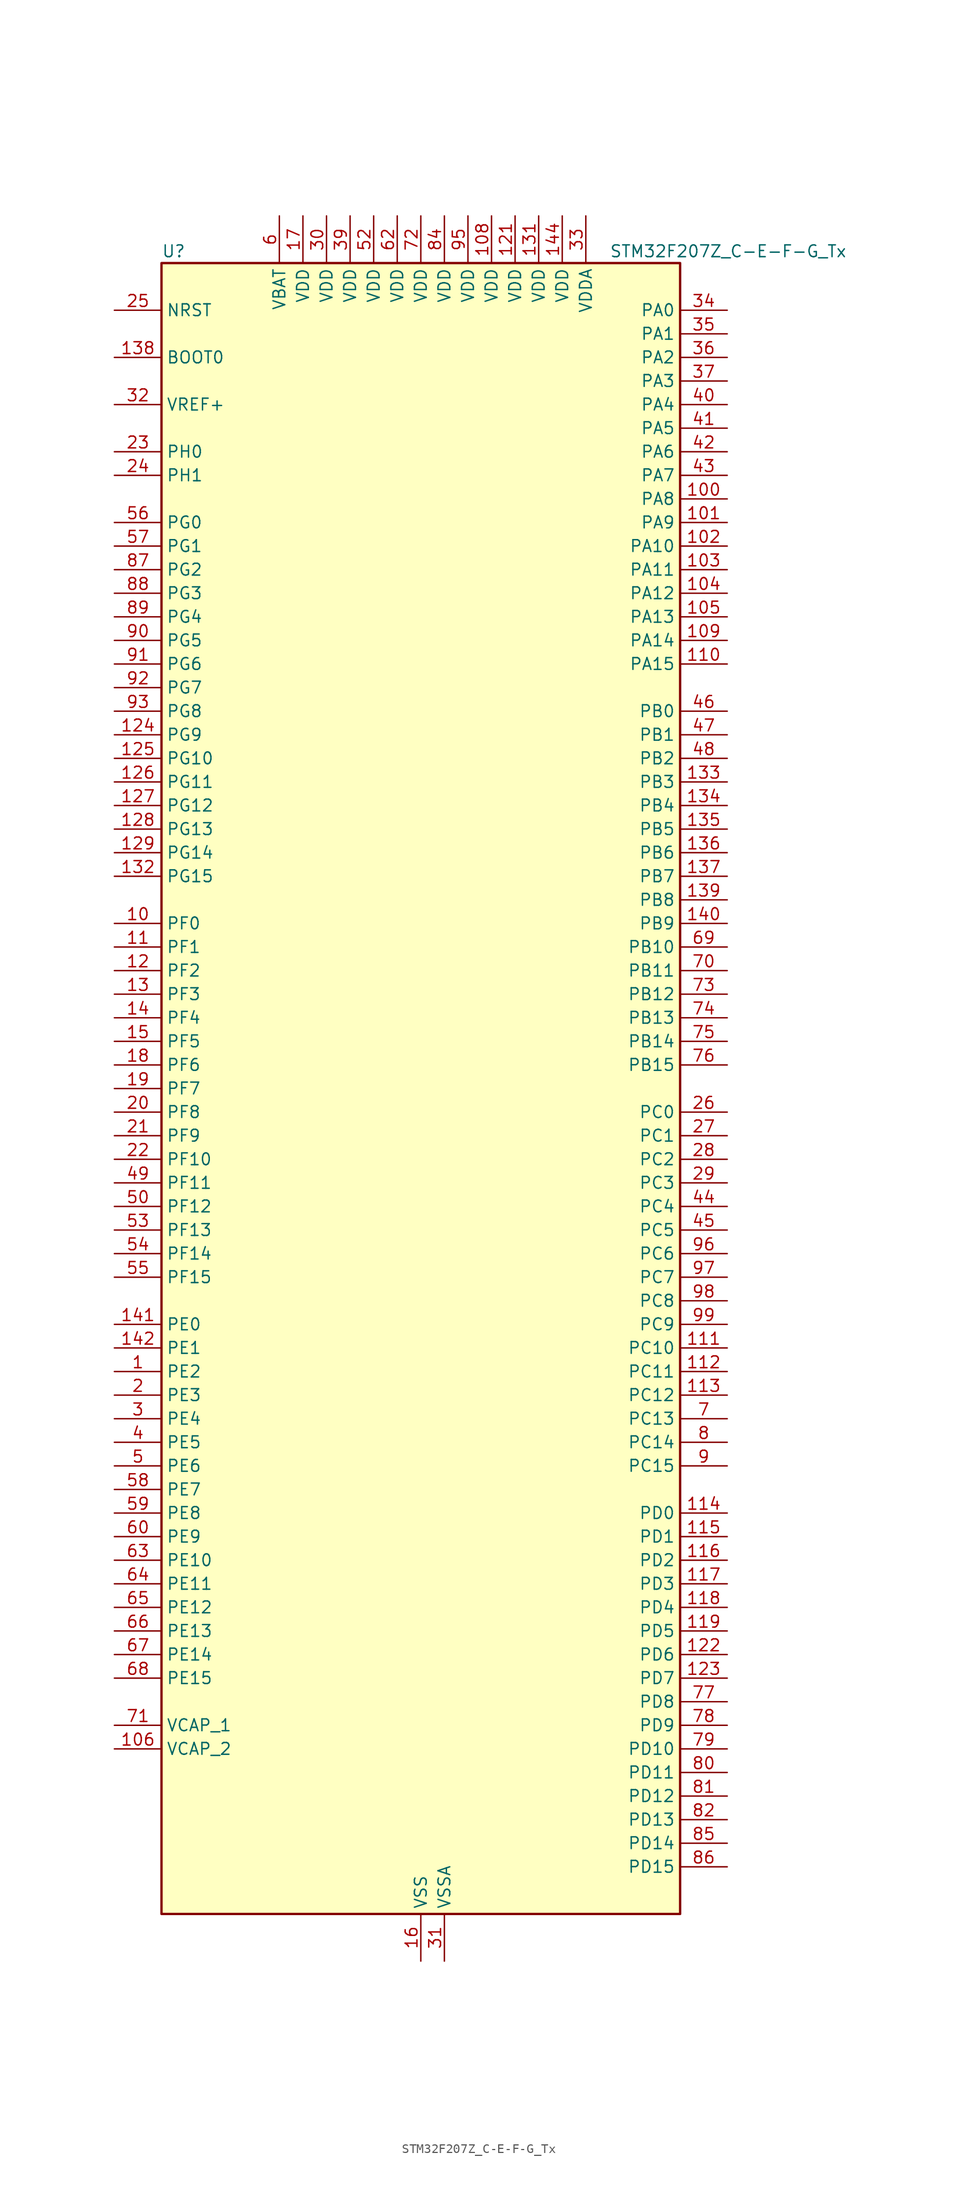
<source format=kicad_sym>
(kicad_symbol_lib
  (version 20241209)
  (generator "kicad_symbol_editor")
  (generator_version "9.0")
  (symbol "STM32F207Z_C-E-F-G_Tx"
    (property "Reference" "U"
      (at -27.94 90.17 0)
      (effects (font (size 1.27 1.27)) (justify left)))
    (property "Value" "STM32F207Z_C-E-F-G_Tx"
      (at 20.32 90.17 0)
      (effects (font (size 1.27 1.27)) (justify left)))
    (symbol "STM32F207Z_C-E-F-G_Tx_0_1"
      (rectangle (start -27.94 -88.9) (end 27.94 88.9) (stroke (width 0.254) (type default)) (fill (type background))))
    (symbol "STM32F207Z_C-E-F-G_Tx_1_1"
      (pin input line (at -33.02 83.82 0) (length 5.08) (name "NRST" (effects (font (size 1.27 1.27)))) (number "25" (effects (font (size 1.27 1.27)))))
      (pin input line (at -33.02 78.74 0) (length 5.08) (name "BOOT0" (effects (font (size 1.27 1.27)))) (number "138" (effects (font (size 1.27 1.27)))))
      (pin input line (at -33.02 73.66 0) (length 5.08) (name "VREF+" (effects (font (size 1.27 1.27)))) (number "32" (effects (font (size 1.27 1.27)))))
      (pin bidirectional line (at -33.02 68.58 0) (length 5.08) (name "PH0" (effects (font (size 1.27 1.27)))) (number "23" (effects (font (size 1.27 1.27)))) (alternate "RCC_OSC_IN" bidirectional line))
      (pin bidirectional line (at -33.02 66.04 0) (length 5.08) (name "PH1" (effects (font (size 1.27 1.27)))) (number "24" (effects (font (size 1.27 1.27)))) (alternate "RCC_OSC_OUT" bidirectional line))
      (pin bidirectional line (at -33.02 60.96 0) (length 5.08) (name "PG0" (effects (font (size 1.27 1.27)))) (number "56" (effects (font (size 1.27 1.27)))) (alternate "FSMC_A10" bidirectional line))
      (pin bidirectional line (at -33.02 58.42 0) (length 5.08) (name "PG1" (effects (font (size 1.27 1.27)))) (number "57" (effects (font (size 1.27 1.27)))) (alternate "FSMC_A11" bidirectional line))
      (pin bidirectional line (at -33.02 55.88 0) (length 5.08) (name "PG2" (effects (font (size 1.27 1.27)))) (number "87" (effects (font (size 1.27 1.27)))) (alternate "FSMC_A12" bidirectional line))
      (pin bidirectional line (at -33.02 53.34 0) (length 5.08) (name "PG3" (effects (font (size 1.27 1.27)))) (number "88" (effects (font (size 1.27 1.27)))) (alternate "FSMC_A13" bidirectional line))
      (pin bidirectional line (at -33.02 50.8 0) (length 5.08) (name "PG4" (effects (font (size 1.27 1.27)))) (number "89" (effects (font (size 1.27 1.27)))) (alternate "FSMC_A14" bidirectional line))
      (pin bidirectional line (at -33.02 48.26 0) (length 5.08) (name "PG5" (effects (font (size 1.27 1.27)))) (number "90" (effects (font (size 1.27 1.27)))) (alternate "FSMC_A15" bidirectional line))
      (pin bidirectional line (at -33.02 45.72 0) (length 5.08) (name "PG6" (effects (font (size 1.27 1.27)))) (number "91" (effects (font (size 1.27 1.27)))) (alternate "FSMC_INT2" bidirectional line))
      (pin bidirectional line (at -33.02 43.18 0) (length 5.08) (name "PG7" (effects (font (size 1.27 1.27)))) (number "92" (effects (font (size 1.27 1.27)))) (alternate "FSMC_INT3" bidirectional line) (alternate "USART6_CK" bidirectional line))
      (pin bidirectional line (at -33.02 40.64 0) (length 5.08) (name "PG8" (effects (font (size 1.27 1.27)))) (number "93" (effects (font (size 1.27 1.27)))) (alternate "ETH_PPS_OUT" bidirectional line) (alternate "USART6_RTS" bidirectional line))
      (pin bidirectional line (at -33.02 38.1 0) (length 5.08) (name "PG9" (effects (font (size 1.27 1.27)))) (number "124" (effects (font (size 1.27 1.27)))) (alternate "DAC_EXTI9" bidirectional line) (alternate "FSMC_NCE3" bidirectional line) (alternate "FSMC_NE2" bidirectional line) (alternate "USART6_RX" bidirectional line))
      (pin bidirectional line (at -33.02 35.56 0) (length 5.08) (name "PG10" (effects (font (size 1.27 1.27)))) (number "125" (effects (font (size 1.27 1.27)))) (alternate "FSMC_NCE4_1" bidirectional line) (alternate "FSMC_NE3" bidirectional line))
      (pin bidirectional line (at -33.02 33.02 0) (length 5.08) (name "PG11" (effects (font (size 1.27 1.27)))) (number "126" (effects (font (size 1.27 1.27)))) (alternate "ADC1_EXTI11" bidirectional line) (alternate "ADC2_EXTI11" bidirectional line) (alternate "ADC3_EXTI11" bidirectional line) (alternate "ETH_TX_EN" bidirectional line) (alternate "FSMC_NCE4_2" bidirectional line))
      (pin bidirectional line (at -33.02 30.48 0) (length 5.08) (name "PG12" (effects (font (size 1.27 1.27)))) (number "127" (effects (font (size 1.27 1.27)))) (alternate "FSMC_NE4" bidirectional line) (alternate "USART6_RTS" bidirectional line))
      (pin bidirectional line (at -33.02 27.94 0) (length 5.08) (name "PG13" (effects (font (size 1.27 1.27)))) (number "128" (effects (font (size 1.27 1.27)))) (alternate "ETH_TXD0" bidirectional line) (alternate "FSMC_A24" bidirectional line) (alternate "USART6_CTS" bidirectional line))
      (pin bidirectional line (at -33.02 25.4 0) (length 5.08) (name "PG14" (effects (font (size 1.27 1.27)))) (number "129" (effects (font (size 1.27 1.27)))) (alternate "ETH_TXD1" bidirectional line) (alternate "FSMC_A25" bidirectional line) (alternate "USART6_TX" bidirectional line))
      (pin bidirectional line (at -33.02 22.86 0) (length 5.08) (name "PG15" (effects (font (size 1.27 1.27)))) (number "132" (effects (font (size 1.27 1.27)))) (alternate "ADC1_EXTI15" bidirectional line) (alternate "ADC2_EXTI15" bidirectional line) (alternate "ADC3_EXTI15" bidirectional line) (alternate "DCMI_D13" bidirectional line) (alternate "USART6_CTS" bidirectional line))
      (pin bidirectional line (at -33.02 17.78 0) (length 5.08) (name "PF0" (effects (font (size 1.27 1.27)))) (number "10" (effects (font (size 1.27 1.27)))) (alternate "FSMC_A0" bidirectional line) (alternate "I2C2_SDA" bidirectional line))
      (pin bidirectional line (at -33.02 15.24 0) (length 5.08) (name "PF1" (effects (font (size 1.27 1.27)))) (number "11" (effects (font (size 1.27 1.27)))) (alternate "FSMC_A1" bidirectional line) (alternate "I2C2_SCL" bidirectional line))
      (pin bidirectional line (at -33.02 12.7 0) (length 5.08) (name "PF2" (effects (font (size 1.27 1.27)))) (number "12" (effects (font (size 1.27 1.27)))) (alternate "FSMC_A2" bidirectional line) (alternate "I2C2_SMBA" bidirectional line))
      (pin bidirectional line (at -33.02 10.16 0) (length 5.08) (name "PF3" (effects (font (size 1.27 1.27)))) (number "13" (effects (font (size 1.27 1.27)))) (alternate "ADC3_IN9" bidirectional line) (alternate "FSMC_A3" bidirectional line))
      (pin bidirectional line (at -33.02 7.62 0) (length 5.08) (name "PF4" (effects (font (size 1.27 1.27)))) (number "14" (effects (font (size 1.27 1.27)))) (alternate "ADC3_IN14" bidirectional line) (alternate "FSMC_A4" bidirectional line))
      (pin bidirectional line (at -33.02 5.08 0) (length 5.08) (name "PF5" (effects (font (size 1.27 1.27)))) (number "15" (effects (font (size 1.27 1.27)))) (alternate "ADC3_IN15" bidirectional line) (alternate "FSMC_A5" bidirectional line))
      (pin bidirectional line (at -33.02 2.54 0) (length 5.08) (name "PF6" (effects (font (size 1.27 1.27)))) (number "18" (effects (font (size 1.27 1.27)))) (alternate "ADC3_IN4" bidirectional line) (alternate "FSMC_NIORD" bidirectional line) (alternate "TIM10_CH1" bidirectional line))
      (pin bidirectional line (at -33.02 0 0) (length 5.08) (name "PF7" (effects (font (size 1.27 1.27)))) (number "19" (effects (font (size 1.27 1.27)))) (alternate "ADC3_IN5" bidirectional line) (alternate "FSMC_NREG" bidirectional line) (alternate "TIM11_CH1" bidirectional line))
      (pin bidirectional line (at -33.02 -2.54 0) (length 5.08) (name "PF8" (effects (font (size 1.27 1.27)))) (number "20" (effects (font (size 1.27 1.27)))) (alternate "ADC3_IN6" bidirectional line) (alternate "FSMC_NIOWR" bidirectional line) (alternate "TIM13_CH1" bidirectional line))
      (pin bidirectional line (at -33.02 -5.08 0) (length 5.08) (name "PF9" (effects (font (size 1.27 1.27)))) (number "21" (effects (font (size 1.27 1.27)))) (alternate "ADC3_IN7" bidirectional line) (alternate "DAC_EXTI9" bidirectional line) (alternate "FSMC_CD" bidirectional line) (alternate "TIM14_CH1" bidirectional line))
      (pin bidirectional line (at -33.02 -7.62 0) (length 5.08) (name "PF10" (effects (font (size 1.27 1.27)))) (number "22" (effects (font (size 1.27 1.27)))) (alternate "ADC3_IN8" bidirectional line) (alternate "FSMC_INTR" bidirectional line))
      (pin bidirectional line (at -33.02 -10.16 0) (length 5.08) (name "PF11" (effects (font (size 1.27 1.27)))) (number "49" (effects (font (size 1.27 1.27)))) (alternate "ADC1_EXTI11" bidirectional line) (alternate "ADC2_EXTI11" bidirectional line) (alternate "ADC3_EXTI11" bidirectional line) (alternate "DCMI_D12" bidirectional line))
      (pin bidirectional line (at -33.02 -12.7 0) (length 5.08) (name "PF12" (effects (font (size 1.27 1.27)))) (number "50" (effects (font (size 1.27 1.27)))) (alternate "FSMC_A6" bidirectional line))
      (pin bidirectional line (at -33.02 -15.24 0) (length 5.08) (name "PF13" (effects (font (size 1.27 1.27)))) (number "53" (effects (font (size 1.27 1.27)))) (alternate "FSMC_A7" bidirectional line))
      (pin bidirectional line (at -33.02 -17.78 0) (length 5.08) (name "PF14" (effects (font (size 1.27 1.27)))) (number "54" (effects (font (size 1.27 1.27)))) (alternate "FSMC_A8" bidirectional line))
      (pin bidirectional line (at -33.02 -20.32 0) (length 5.08) (name "PF15" (effects (font (size 1.27 1.27)))) (number "55" (effects (font (size 1.27 1.27)))) (alternate "ADC1_EXTI15" bidirectional line) (alternate "ADC2_EXTI15" bidirectional line) (alternate "ADC3_EXTI15" bidirectional line) (alternate "FSMC_A9" bidirectional line))
      (pin bidirectional line (at -33.02 -25.4 0) (length 5.08) (name "PE0" (effects (font (size 1.27 1.27)))) (number "141" (effects (font (size 1.27 1.27)))) (alternate "DCMI_D2" bidirectional line) (alternate "FSMC_NBL0" bidirectional line) (alternate "TIM4_ETR" bidirectional line))
      (pin bidirectional line (at -33.02 -27.94 0) (length 5.08) (name "PE1" (effects (font (size 1.27 1.27)))) (number "142" (effects (font (size 1.27 1.27)))) (alternate "DCMI_D3" bidirectional line) (alternate "FSMC_NBL1" bidirectional line))
      (pin bidirectional line (at -33.02 -30.48 0) (length 5.08) (name "PE2" (effects (font (size 1.27 1.27)))) (number "1" (effects (font (size 1.27 1.27)))) (alternate "ETH_TXD3" bidirectional line) (alternate "FSMC_A23" bidirectional line) (alternate "SYS_TRACECLK" bidirectional line))
      (pin bidirectional line (at -33.02 -33.02 0) (length 5.08) (name "PE3" (effects (font (size 1.27 1.27)))) (number "2" (effects (font (size 1.27 1.27)))) (alternate "FSMC_A19" bidirectional line) (alternate "SYS_TRACED0" bidirectional line))
      (pin bidirectional line (at -33.02 -35.56 0) (length 5.08) (name "PE4" (effects (font (size 1.27 1.27)))) (number "3" (effects (font (size 1.27 1.27)))) (alternate "DCMI_D4" bidirectional line) (alternate "FSMC_A20" bidirectional line) (alternate "SYS_TRACED1" bidirectional line))
      (pin bidirectional line (at -33.02 -38.1 0) (length 5.08) (name "PE5" (effects (font (size 1.27 1.27)))) (number "4" (effects (font (size 1.27 1.27)))) (alternate "DCMI_D6" bidirectional line) (alternate "FSMC_A21" bidirectional line) (alternate "SYS_TRACED2" bidirectional line) (alternate "TIM9_CH1" bidirectional line))
      (pin bidirectional line (at -33.02 -40.64 0) (length 5.08) (name "PE6" (effects (font (size 1.27 1.27)))) (number "5" (effects (font (size 1.27 1.27)))) (alternate "DCMI_D7" bidirectional line) (alternate "FSMC_A22" bidirectional line) (alternate "SYS_TRACED3" bidirectional line) (alternate "TIM9_CH2" bidirectional line))
      (pin bidirectional line (at -33.02 -43.18 0) (length 5.08) (name "PE7" (effects (font (size 1.27 1.27)))) (number "58" (effects (font (size 1.27 1.27)))) (alternate "FSMC_D4" bidirectional line) (alternate "FSMC_DA4" bidirectional line) (alternate "TIM1_ETR" bidirectional line))
      (pin bidirectional line (at -33.02 -45.72 0) (length 5.08) (name "PE8" (effects (font (size 1.27 1.27)))) (number "59" (effects (font (size 1.27 1.27)))) (alternate "FSMC_D5" bidirectional line) (alternate "FSMC_DA5" bidirectional line) (alternate "TIM1_CH1N" bidirectional line))
      (pin bidirectional line (at -33.02 -48.26 0) (length 5.08) (name "PE9" (effects (font (size 1.27 1.27)))) (number "60" (effects (font (size 1.27 1.27)))) (alternate "DAC_EXTI9" bidirectional line) (alternate "FSMC_D6" bidirectional line) (alternate "FSMC_DA6" bidirectional line) (alternate "TIM1_CH1" bidirectional line))
      (pin bidirectional line (at -33.02 -50.8 0) (length 5.08) (name "PE10" (effects (font (size 1.27 1.27)))) (number "63" (effects (font (size 1.27 1.27)))) (alternate "FSMC_D7" bidirectional line) (alternate "FSMC_DA7" bidirectional line) (alternate "TIM1_CH2N" bidirectional line))
      (pin bidirectional line (at -33.02 -53.34 0) (length 5.08) (name "PE11" (effects (font (size 1.27 1.27)))) (number "64" (effects (font (size 1.27 1.27)))) (alternate "ADC1_EXTI11" bidirectional line) (alternate "ADC2_EXTI11" bidirectional line) (alternate "ADC3_EXTI11" bidirectional line) (alternate "FSMC_D8" bidirectional line) (alternate "FSMC_DA8" bidirectional line) (alternate "TIM1_CH2" bidirectional line))
      (pin bidirectional line (at -33.02 -55.88 0) (length 5.08) (name "PE12" (effects (font (size 1.27 1.27)))) (number "65" (effects (font (size 1.27 1.27)))) (alternate "FSMC_D9" bidirectional line) (alternate "FSMC_DA9" bidirectional line) (alternate "TIM1_CH3N" bidirectional line))
      (pin bidirectional line (at -33.02 -58.42 0) (length 5.08) (name "PE13" (effects (font (size 1.27 1.27)))) (number "66" (effects (font (size 1.27 1.27)))) (alternate "FSMC_D10" bidirectional line) (alternate "FSMC_DA10" bidirectional line) (alternate "TIM1_CH3" bidirectional line))
      (pin bidirectional line (at -33.02 -60.96 0) (length 5.08) (name "PE14" (effects (font (size 1.27 1.27)))) (number "67" (effects (font (size 1.27 1.27)))) (alternate "FSMC_D11" bidirectional line) (alternate "FSMC_DA11" bidirectional line) (alternate "TIM1_CH4" bidirectional line))
      (pin bidirectional line (at -33.02 -63.5 0) (length 5.08) (name "PE15" (effects (font (size 1.27 1.27)))) (number "68" (effects (font (size 1.27 1.27)))) (alternate "ADC1_EXTI15" bidirectional line) (alternate "ADC2_EXTI15" bidirectional line) (alternate "ADC3_EXTI15" bidirectional line) (alternate "FSMC_D12" bidirectional line) (alternate "FSMC_DA12" bidirectional line) (alternate "TIM1_BKIN" bidirectional line))
      (pin power_out line (at -33.02 -68.58 0) (length 5.08) (name "VCAP_1" (effects (font (size 1.27 1.27)))) (number "71" (effects (font (size 1.27 1.27)))))
      (pin power_out line (at -33.02 -71.12 0) (length 5.08) (name "VCAP_2" (effects (font (size 1.27 1.27)))) (number "106" (effects (font (size 1.27 1.27)))))
      (pin no_connect line (at -27.94 -88.9 0) (length 5.08) (hide yes) (name "RFU" (effects (font (size 1.27 1.27)))) (number "143" (effects (font (size 1.27 1.27)))))
      (pin power_in line (at -15.24 93.98 270) (length 5.08) (name "VBAT" (effects (font (size 1.27 1.27)))) (number "6" (effects (font (size 1.27 1.27)))))
      (pin power_in line (at -12.7 93.98 270) (length 5.08) (name "VDD" (effects (font (size 1.27 1.27)))) (number "17" (effects (font (size 1.27 1.27)))))
      (pin power_in line (at -10.16 93.98 270) (length 5.08) (name "VDD" (effects (font (size 1.27 1.27)))) (number "30" (effects (font (size 1.27 1.27)))))
      (pin power_in line (at -7.62 93.98 270) (length 5.08) (name "VDD" (effects (font (size 1.27 1.27)))) (number "39" (effects (font (size 1.27 1.27)))))
      (pin power_in line (at -5.08 93.98 270) (length 5.08) (name "VDD" (effects (font (size 1.27 1.27)))) (number "52" (effects (font (size 1.27 1.27)))))
      (pin power_in line (at -2.54 93.98 270) (length 5.08) (name "VDD" (effects (font (size 1.27 1.27)))) (number "62" (effects (font (size 1.27 1.27)))))
      (pin power_in line (at 0 93.98 270) (length 5.08) (name "VDD" (effects (font (size 1.27 1.27)))) (number "72" (effects (font (size 1.27 1.27)))))
      (pin passive line (at 0 -93.98 90) (length 5.08) (hide yes) (name "VSS" (effects (font (size 1.27 1.27)))) (number "107" (effects (font (size 1.27 1.27)))))
      (pin passive line (at 0 -93.98 90) (length 5.08) (hide yes) (name "VSS" (effects (font (size 1.27 1.27)))) (number "120" (effects (font (size 1.27 1.27)))))
      (pin passive line (at 0 -93.98 90) (length 5.08) (hide yes) (name "VSS" (effects (font (size 1.27 1.27)))) (number "130" (effects (font (size 1.27 1.27)))))
      (pin power_in line (at 0 -93.98 90) (length 5.08) (name "VSS" (effects (font (size 1.27 1.27)))) (number "16" (effects (font (size 1.27 1.27)))))
      (pin passive line (at 0 -93.98 90) (length 5.08) (hide yes) (name "VSS" (effects (font (size 1.27 1.27)))) (number "38" (effects (font (size 1.27 1.27)))))
      (pin passive line (at 0 -93.98 90) (length 5.08) (hide yes) (name "VSS" (effects (font (size 1.27 1.27)))) (number "51" (effects (font (size 1.27 1.27)))))
      (pin passive line (at 0 -93.98 90) (length 5.08) (hide yes) (name "VSS" (effects (font (size 1.27 1.27)))) (number "61" (effects (font (size 1.27 1.27)))))
      (pin passive line (at 0 -93.98 90) (length 5.08) (hide yes) (name "VSS" (effects (font (size 1.27 1.27)))) (number "83" (effects (font (size 1.27 1.27)))))
      (pin passive line (at 0 -93.98 90) (length 5.08) (hide yes) (name "VSS" (effects (font (size 1.27 1.27)))) (number "94" (effects (font (size 1.27 1.27)))))
      (pin power_in line (at 2.54 93.98 270) (length 5.08) (name "VDD" (effects (font (size 1.27 1.27)))) (number "84" (effects (font (size 1.27 1.27)))))
      (pin power_in line (at 2.54 -93.98 90) (length 5.08) (name "VSSA" (effects (font (size 1.27 1.27)))) (number "31" (effects (font (size 1.27 1.27)))))
      (pin power_in line (at 5.08 93.98 270) (length 5.08) (name "VDD" (effects (font (size 1.27 1.27)))) (number "95" (effects (font (size 1.27 1.27)))))
      (pin power_in line (at 7.62 93.98 270) (length 5.08) (name "VDD" (effects (font (size 1.27 1.27)))) (number "108" (effects (font (size 1.27 1.27)))))
      (pin power_in line (at 10.16 93.98 270) (length 5.08) (name "VDD" (effects (font (size 1.27 1.27)))) (number "121" (effects (font (size 1.27 1.27)))))
      (pin power_in line (at 12.7 93.98 270) (length 5.08) (name "VDD" (effects (font (size 1.27 1.27)))) (number "131" (effects (font (size 1.27 1.27)))))
      (pin power_in line (at 15.24 93.98 270) (length 5.08) (name "VDD" (effects (font (size 1.27 1.27)))) (number "144" (effects (font (size 1.27 1.27)))))
      (pin power_in line (at 17.78 93.98 270) (length 5.08) (name "VDDA" (effects (font (size 1.27 1.27)))) (number "33" (effects (font (size 1.27 1.27)))))
      (pin bidirectional line (at 33.02 83.82 180) (length 5.08) (name "PA0" (effects (font (size 1.27 1.27)))) (number "34" (effects (font (size 1.27 1.27)))) (alternate "ADC1_IN0" bidirectional line) (alternate "ADC2_IN0" bidirectional line) (alternate "ADC3_IN0" bidirectional line) (alternate "ETH_CRS" bidirectional line) (alternate "SYS_WKUP" bidirectional line) (alternate "TIM2_CH1" bidirectional line) (alternate "TIM2_ETR" bidirectional line) (alternate "TIM5_CH1" bidirectional line) (alternate "TIM8_ETR" bidirectional line) (alternate "UART4_TX" bidirectional line) (alternate "USART2_CTS" bidirectional line))
      (pin bidirectional line (at 33.02 81.28 180) (length 5.08) (name "PA1" (effects (font (size 1.27 1.27)))) (number "35" (effects (font (size 1.27 1.27)))) (alternate "ADC1_IN1" bidirectional line) (alternate "ADC2_IN1" bidirectional line) (alternate "ADC3_IN1" bidirectional line) (alternate "ETH_REF_CLK" bidirectional line) (alternate "ETH_RX_CLK" bidirectional line) (alternate "TIM2_CH2" bidirectional line) (alternate "TIM5_CH2" bidirectional line) (alternate "UART4_RX" bidirectional line) (alternate "USART2_RTS" bidirectional line))
      (pin bidirectional line (at 33.02 78.74 180) (length 5.08) (name "PA2" (effects (font (size 1.27 1.27)))) (number "36" (effects (font (size 1.27 1.27)))) (alternate "ADC1_IN2" bidirectional line) (alternate "ADC2_IN2" bidirectional line) (alternate "ADC3_IN2" bidirectional line) (alternate "ETH_MDIO" bidirectional line) (alternate "TIM2_CH3" bidirectional line) (alternate "TIM5_CH3" bidirectional line) (alternate "TIM9_CH1" bidirectional line) (alternate "USART2_TX" bidirectional line))
      (pin bidirectional line (at 33.02 76.2 180) (length 5.08) (name "PA3" (effects (font (size 1.27 1.27)))) (number "37" (effects (font (size 1.27 1.27)))) (alternate "ADC1_IN3" bidirectional line) (alternate "ADC2_IN3" bidirectional line) (alternate "ADC3_IN3" bidirectional line) (alternate "ETH_COL" bidirectional line) (alternate "TIM2_CH4" bidirectional line) (alternate "TIM5_CH4" bidirectional line) (alternate "TIM9_CH2" bidirectional line) (alternate "USART2_RX" bidirectional line) (alternate "USB_OTG_HS_ULPI_D0" bidirectional line))
      (pin bidirectional line (at 33.02 73.66 180) (length 5.08) (name "PA4" (effects (font (size 1.27 1.27)))) (number "40" (effects (font (size 1.27 1.27)))) (alternate "ADC1_IN4" bidirectional line) (alternate "ADC2_IN4" bidirectional line) (alternate "DAC_OUT1" bidirectional line) (alternate "DCMI_HSYNC" bidirectional line) (alternate "I2S3_WS" bidirectional line) (alternate "SPI1_NSS" bidirectional line) (alternate "SPI3_NSS" bidirectional line) (alternate "USART2_CK" bidirectional line) (alternate "USB_OTG_HS_SOF" bidirectional line))
      (pin bidirectional line (at 33.02 71.12 180) (length 5.08) (name "PA5" (effects (font (size 1.27 1.27)))) (number "41" (effects (font (size 1.27 1.27)))) (alternate "ADC1_IN5" bidirectional line) (alternate "ADC2_IN5" bidirectional line) (alternate "DAC_OUT2" bidirectional line) (alternate "SPI1_SCK" bidirectional line) (alternate "TIM2_CH1" bidirectional line) (alternate "TIM2_ETR" bidirectional line) (alternate "TIM8_CH1N" bidirectional line) (alternate "USB_OTG_HS_ULPI_CK" bidirectional line))
      (pin bidirectional line (at 33.02 68.58 180) (length 5.08) (name "PA6" (effects (font (size 1.27 1.27)))) (number "42" (effects (font (size 1.27 1.27)))) (alternate "ADC1_IN6" bidirectional line) (alternate "ADC2_IN6" bidirectional line) (alternate "DCMI_PIXCLK" bidirectional line) (alternate "SPI1_MISO" bidirectional line) (alternate "TIM13_CH1" bidirectional line) (alternate "TIM1_BKIN" bidirectional line) (alternate "TIM3_CH1" bidirectional line) (alternate "TIM8_BKIN" bidirectional line))
      (pin bidirectional line (at 33.02 66.04 180) (length 5.08) (name "PA7" (effects (font (size 1.27 1.27)))) (number "43" (effects (font (size 1.27 1.27)))) (alternate "ADC1_IN7" bidirectional line) (alternate "ADC2_IN7" bidirectional line) (alternate "ETH_CRS_DV" bidirectional line) (alternate "ETH_RX_DV" bidirectional line) (alternate "SPI1_MOSI" bidirectional line) (alternate "TIM14_CH1" bidirectional line) (alternate "TIM1_CH1N" bidirectional line) (alternate "TIM3_CH2" bidirectional line) (alternate "TIM8_CH1N" bidirectional line))
      (pin bidirectional line (at 33.02 63.5 180) (length 5.08) (name "PA8" (effects (font (size 1.27 1.27)))) (number "100" (effects (font (size 1.27 1.27)))) (alternate "I2C3_SCL" bidirectional line) (alternate "RCC_MCO_1" bidirectional line) (alternate "TIM1_CH1" bidirectional line) (alternate "USART1_CK" bidirectional line) (alternate "USB_OTG_FS_SOF" bidirectional line))
      (pin bidirectional line (at 33.02 60.96 180) (length 5.08) (name "PA9" (effects (font (size 1.27 1.27)))) (number "101" (effects (font (size 1.27 1.27)))) (alternate "DAC_EXTI9" bidirectional line) (alternate "DCMI_D0" bidirectional line) (alternate "I2C3_SMBA" bidirectional line) (alternate "TIM1_CH2" bidirectional line) (alternate "USART1_TX" bidirectional line) (alternate "USB_OTG_FS_VBUS" bidirectional line))
      (pin bidirectional line (at 33.02 58.42 180) (length 5.08) (name "PA10" (effects (font (size 1.27 1.27)))) (number "102" (effects (font (size 1.27 1.27)))) (alternate "DCMI_D1" bidirectional line) (alternate "TIM1_CH3" bidirectional line) (alternate "USART1_RX" bidirectional line) (alternate "USB_OTG_FS_ID" bidirectional line))
      (pin bidirectional line (at 33.02 55.88 180) (length 5.08) (name "PA11" (effects (font (size 1.27 1.27)))) (number "103" (effects (font (size 1.27 1.27)))) (alternate "ADC1_EXTI11" bidirectional line) (alternate "ADC2_EXTI11" bidirectional line) (alternate "ADC3_EXTI11" bidirectional line) (alternate "CAN1_RX" bidirectional line) (alternate "TIM1_CH4" bidirectional line) (alternate "USART1_CTS" bidirectional line) (alternate "USB_OTG_FS_DM" bidirectional line))
      (pin bidirectional line (at 33.02 53.34 180) (length 5.08) (name "PA12" (effects (font (size 1.27 1.27)))) (number "104" (effects (font (size 1.27 1.27)))) (alternate "CAN1_TX" bidirectional line) (alternate "TIM1_ETR" bidirectional line) (alternate "USART1_RTS" bidirectional line) (alternate "USB_OTG_FS_DP" bidirectional line))
      (pin bidirectional line (at 33.02 50.8 180) (length 5.08) (name "PA13" (effects (font (size 1.27 1.27)))) (number "105" (effects (font (size 1.27 1.27)))) (alternate "SYS_JTMS-SWDIO" bidirectional line))
      (pin bidirectional line (at 33.02 48.26 180) (length 5.08) (name "PA14" (effects (font (size 1.27 1.27)))) (number "109" (effects (font (size 1.27 1.27)))) (alternate "SYS_JTCK-SWCLK" bidirectional line))
      (pin bidirectional line (at 33.02 45.72 180) (length 5.08) (name "PA15" (effects (font (size 1.27 1.27)))) (number "110" (effects (font (size 1.27 1.27)))) (alternate "ADC1_EXTI15" bidirectional line) (alternate "ADC2_EXTI15" bidirectional line) (alternate "ADC3_EXTI15" bidirectional line) (alternate "I2S3_WS" bidirectional line) (alternate "SPI1_NSS" bidirectional line) (alternate "SPI3_NSS" bidirectional line) (alternate "SYS_JTDI" bidirectional line) (alternate "TIM2_CH1" bidirectional line) (alternate "TIM2_ETR" bidirectional line))
      (pin bidirectional line (at 33.02 40.64 180) (length 5.08) (name "PB0" (effects (font (size 1.27 1.27)))) (number "46" (effects (font (size 1.27 1.27)))) (alternate "ADC1_IN8" bidirectional line) (alternate "ADC2_IN8" bidirectional line) (alternate "ETH_RXD2" bidirectional line) (alternate "TIM1_CH2N" bidirectional line) (alternate "TIM3_CH3" bidirectional line) (alternate "TIM8_CH2N" bidirectional line) (alternate "USB_OTG_HS_ULPI_D1" bidirectional line))
      (pin bidirectional line (at 33.02 38.1 180) (length 5.08) (name "PB1" (effects (font (size 1.27 1.27)))) (number "47" (effects (font (size 1.27 1.27)))) (alternate "ADC1_IN9" bidirectional line) (alternate "ADC2_IN9" bidirectional line) (alternate "ETH_RXD3" bidirectional line) (alternate "TIM1_CH3N" bidirectional line) (alternate "TIM3_CH4" bidirectional line) (alternate "TIM8_CH3N" bidirectional line) (alternate "USB_OTG_HS_ULPI_D2" bidirectional line))
      (pin bidirectional line (at 33.02 35.56 180) (length 5.08) (name "PB2" (effects (font (size 1.27 1.27)))) (number "48" (effects (font (size 1.27 1.27)))))
      (pin bidirectional line (at 33.02 33.02 180) (length 5.08) (name "PB3" (effects (font (size 1.27 1.27)))) (number "133" (effects (font (size 1.27 1.27)))) (alternate "I2S3_SCK" bidirectional line) (alternate "SPI1_SCK" bidirectional line) (alternate "SPI3_SCK" bidirectional line) (alternate "SYS_JTDO-SWO" bidirectional line) (alternate "TIM2_CH2" bidirectional line))
      (pin bidirectional line (at 33.02 30.48 180) (length 5.08) (name "PB4" (effects (font (size 1.27 1.27)))) (number "134" (effects (font (size 1.27 1.27)))) (alternate "SPI1_MISO" bidirectional line) (alternate "SPI3_MISO" bidirectional line) (alternate "SYS_JTRST" bidirectional line) (alternate "TIM3_CH1" bidirectional line))
      (pin bidirectional line (at 33.02 27.94 180) (length 5.08) (name "PB5" (effects (font (size 1.27 1.27)))) (number "135" (effects (font (size 1.27 1.27)))) (alternate "CAN2_RX" bidirectional line) (alternate "DCMI_D10" bidirectional line) (alternate "ETH_PPS_OUT" bidirectional line) (alternate "I2C1_SMBA" bidirectional line) (alternate "I2S3_SD" bidirectional line) (alternate "SPI1_MOSI" bidirectional line) (alternate "SPI3_MOSI" bidirectional line) (alternate "TIM3_CH2" bidirectional line) (alternate "USB_OTG_HS_ULPI_D7" bidirectional line))
      (pin bidirectional line (at 33.02 25.4 180) (length 5.08) (name "PB6" (effects (font (size 1.27 1.27)))) (number "136" (effects (font (size 1.27 1.27)))) (alternate "CAN2_TX" bidirectional line) (alternate "DCMI_D5" bidirectional line) (alternate "I2C1_SCL" bidirectional line) (alternate "TIM4_CH1" bidirectional line) (alternate "USART1_TX" bidirectional line))
      (pin bidirectional line (at 33.02 22.86 180) (length 5.08) (name "PB7" (effects (font (size 1.27 1.27)))) (number "137" (effects (font (size 1.27 1.27)))) (alternate "DCMI_VSYNC" bidirectional line) (alternate "FSMC_NL" bidirectional line) (alternate "I2C1_SDA" bidirectional line) (alternate "TIM4_CH2" bidirectional line) (alternate "USART1_RX" bidirectional line))
      (pin bidirectional line (at 33.02 20.32 180) (length 5.08) (name "PB8" (effects (font (size 1.27 1.27)))) (number "139" (effects (font (size 1.27 1.27)))) (alternate "CAN1_RX" bidirectional line) (alternate "DCMI_D6" bidirectional line) (alternate "ETH_TXD3" bidirectional line) (alternate "I2C1_SCL" bidirectional line) (alternate "SDIO_D4" bidirectional line) (alternate "TIM10_CH1" bidirectional line) (alternate "TIM4_CH3" bidirectional line))
      (pin bidirectional line (at 33.02 17.78 180) (length 5.08) (name "PB9" (effects (font (size 1.27 1.27)))) (number "140" (effects (font (size 1.27 1.27)))) (alternate "CAN1_TX" bidirectional line) (alternate "DAC_EXTI9" bidirectional line) (alternate "DCMI_D7" bidirectional line) (alternate "I2C1_SDA" bidirectional line) (alternate "I2S2_WS" bidirectional line) (alternate "SDIO_D5" bidirectional line) (alternate "SPI2_NSS" bidirectional line) (alternate "TIM11_CH1" bidirectional line) (alternate "TIM4_CH4" bidirectional line))
      (pin bidirectional line (at 33.02 15.24 180) (length 5.08) (name "PB10" (effects (font (size 1.27 1.27)))) (number "69" (effects (font (size 1.27 1.27)))) (alternate "ETH_RX_ER" bidirectional line) (alternate "I2C2_SCL" bidirectional line) (alternate "I2S2_SCK" bidirectional line) (alternate "SPI2_SCK" bidirectional line) (alternate "TIM2_CH3" bidirectional line) (alternate "USART3_TX" bidirectional line) (alternate "USB_OTG_HS_ULPI_D3" bidirectional line))
      (pin bidirectional line (at 33.02 12.7 180) (length 5.08) (name "PB11" (effects (font (size 1.27 1.27)))) (number "70" (effects (font (size 1.27 1.27)))) (alternate "ADC1_EXTI11" bidirectional line) (alternate "ADC2_EXTI11" bidirectional line) (alternate "ADC3_EXTI11" bidirectional line) (alternate "ETH_TX_EN" bidirectional line) (alternate "I2C2_SDA" bidirectional line) (alternate "TIM2_CH4" bidirectional line) (alternate "USART3_RX" bidirectional line) (alternate "USB_OTG_HS_ULPI_D4" bidirectional line))
      (pin bidirectional line (at 33.02 10.16 180) (length 5.08) (name "PB12" (effects (font (size 1.27 1.27)))) (number "73" (effects (font (size 1.27 1.27)))) (alternate "CAN2_RX" bidirectional line) (alternate "ETH_TXD0" bidirectional line) (alternate "I2C2_SMBA" bidirectional line) (alternate "I2S2_WS" bidirectional line) (alternate "SPI2_NSS" bidirectional line) (alternate "TIM1_BKIN" bidirectional line) (alternate "USART3_CK" bidirectional line) (alternate "USB_OTG_HS_ID" bidirectional line) (alternate "USB_OTG_HS_ULPI_D5" bidirectional line))
      (pin bidirectional line (at 33.02 7.62 180) (length 5.08) (name "PB13" (effects (font (size 1.27 1.27)))) (number "74" (effects (font (size 1.27 1.27)))) (alternate "CAN2_TX" bidirectional line) (alternate "ETH_TXD1" bidirectional line) (alternate "I2S2_SCK" bidirectional line) (alternate "SPI2_SCK" bidirectional line) (alternate "TIM1_CH1N" bidirectional line) (alternate "USART3_CTS" bidirectional line) (alternate "USB_OTG_HS_ULPI_D6" bidirectional line) (alternate "USB_OTG_HS_VBUS" bidirectional line))
      (pin bidirectional line (at 33.02 5.08 180) (length 5.08) (name "PB14" (effects (font (size 1.27 1.27)))) (number "75" (effects (font (size 1.27 1.27)))) (alternate "SPI2_MISO" bidirectional line) (alternate "TIM12_CH1" bidirectional line) (alternate "TIM1_CH2N" bidirectional line) (alternate "TIM8_CH2N" bidirectional line) (alternate "USART3_RTS" bidirectional line) (alternate "USB_OTG_HS_DM" bidirectional line))
      (pin bidirectional line (at 33.02 2.54 180) (length 5.08) (name "PB15" (effects (font (size 1.27 1.27)))) (number "76" (effects (font (size 1.27 1.27)))) (alternate "ADC1_EXTI15" bidirectional line) (alternate "ADC2_EXTI15" bidirectional line) (alternate "ADC3_EXTI15" bidirectional line) (alternate "I2S2_SD" bidirectional line) (alternate "RTC_REFIN" bidirectional line) (alternate "SPI2_MOSI" bidirectional line) (alternate "TIM12_CH2" bidirectional line) (alternate "TIM1_CH3N" bidirectional line) (alternate "TIM8_CH3N" bidirectional line) (alternate "USB_OTG_HS_DP" bidirectional line))
      (pin bidirectional line (at 33.02 -2.54 180) (length 5.08) (name "PC0" (effects (font (size 1.27 1.27)))) (number "26" (effects (font (size 1.27 1.27)))) (alternate "ADC1_IN10" bidirectional line) (alternate "ADC2_IN10" bidirectional line) (alternate "ADC3_IN10" bidirectional line) (alternate "USB_OTG_HS_ULPI_STP" bidirectional line))
      (pin bidirectional line (at 33.02 -5.08 180) (length 5.08) (name "PC1" (effects (font (size 1.27 1.27)))) (number "27" (effects (font (size 1.27 1.27)))) (alternate "ADC1_IN11" bidirectional line) (alternate "ADC2_IN11" bidirectional line) (alternate "ADC3_IN11" bidirectional line) (alternate "ETH_MDC" bidirectional line))
      (pin bidirectional line (at 33.02 -7.62 180) (length 5.08) (name "PC2" (effects (font (size 1.27 1.27)))) (number "28" (effects (font (size 1.27 1.27)))) (alternate "ADC1_IN12" bidirectional line) (alternate "ADC2_IN12" bidirectional line) (alternate "ADC3_IN12" bidirectional line) (alternate "ETH_TXD2" bidirectional line) (alternate "SPI2_MISO" bidirectional line) (alternate "USB_OTG_HS_ULPI_DIR" bidirectional line))
      (pin bidirectional line (at 33.02 -10.16 180) (length 5.08) (name "PC3" (effects (font (size 1.27 1.27)))) (number "29" (effects (font (size 1.27 1.27)))) (alternate "ADC1_IN13" bidirectional line) (alternate "ADC2_IN13" bidirectional line) (alternate "ADC3_IN13" bidirectional line) (alternate "ETH_TX_CLK" bidirectional line) (alternate "I2S2_SD" bidirectional line) (alternate "SPI2_MOSI" bidirectional line) (alternate "USB_OTG_HS_ULPI_NXT" bidirectional line))
      (pin bidirectional line (at 33.02 -12.7 180) (length 5.08) (name "PC4" (effects (font (size 1.27 1.27)))) (number "44" (effects (font (size 1.27 1.27)))) (alternate "ADC1_IN14" bidirectional line) (alternate "ADC2_IN14" bidirectional line) (alternate "ETH_RXD0" bidirectional line))
      (pin bidirectional line (at 33.02 -15.24 180) (length 5.08) (name "PC5" (effects (font (size 1.27 1.27)))) (number "45" (effects (font (size 1.27 1.27)))) (alternate "ADC1_IN15" bidirectional line) (alternate "ADC2_IN15" bidirectional line) (alternate "ETH_RXD1" bidirectional line))
      (pin bidirectional line (at 33.02 -17.78 180) (length 5.08) (name "PC6" (effects (font (size 1.27 1.27)))) (number "96" (effects (font (size 1.27 1.27)))) (alternate "DCMI_D0" bidirectional line) (alternate "I2S2_MCK" bidirectional line) (alternate "SDIO_D6" bidirectional line) (alternate "TIM3_CH1" bidirectional line) (alternate "TIM8_CH1" bidirectional line) (alternate "USART6_TX" bidirectional line))
      (pin bidirectional line (at 33.02 -20.32 180) (length 5.08) (name "PC7" (effects (font (size 1.27 1.27)))) (number "97" (effects (font (size 1.27 1.27)))) (alternate "DCMI_D1" bidirectional line) (alternate "I2S3_MCK" bidirectional line) (alternate "SDIO_D7" bidirectional line) (alternate "TIM3_CH2" bidirectional line) (alternate "TIM8_CH2" bidirectional line) (alternate "USART6_RX" bidirectional line))
      (pin bidirectional line (at 33.02 -22.86 180) (length 5.08) (name "PC8" (effects (font (size 1.27 1.27)))) (number "98" (effects (font (size 1.27 1.27)))) (alternate "DCMI_D2" bidirectional line) (alternate "SDIO_D0" bidirectional line) (alternate "TIM3_CH3" bidirectional line) (alternate "TIM8_CH3" bidirectional line) (alternate "USART6_CK" bidirectional line))
      (pin bidirectional line (at 33.02 -25.4 180) (length 5.08) (name "PC9" (effects (font (size 1.27 1.27)))) (number "99" (effects (font (size 1.27 1.27)))) (alternate "DAC_EXTI9" bidirectional line) (alternate "DCMI_D3" bidirectional line) (alternate "I2C3_SDA" bidirectional line) (alternate "I2S_CKIN" bidirectional line) (alternate "RCC_MCO_2" bidirectional line) (alternate "SDIO_D1" bidirectional line) (alternate "TIM3_CH4" bidirectional line) (alternate "TIM8_CH4" bidirectional line))
      (pin bidirectional line (at 33.02 -27.94 180) (length 5.08) (name "PC10" (effects (font (size 1.27 1.27)))) (number "111" (effects (font (size 1.27 1.27)))) (alternate "DCMI_D8" bidirectional line) (alternate "I2S3_SCK" bidirectional line) (alternate "SDIO_D2" bidirectional line) (alternate "SPI3_SCK" bidirectional line) (alternate "UART4_TX" bidirectional line) (alternate "USART3_TX" bidirectional line))
      (pin bidirectional line (at 33.02 -30.48 180) (length 5.08) (name "PC11" (effects (font (size 1.27 1.27)))) (number "112" (effects (font (size 1.27 1.27)))) (alternate "ADC1_EXTI11" bidirectional line) (alternate "ADC2_EXTI11" bidirectional line) (alternate "ADC3_EXTI11" bidirectional line) (alternate "DCMI_D4" bidirectional line) (alternate "SDIO_D3" bidirectional line) (alternate "SPI3_MISO" bidirectional line) (alternate "UART4_RX" bidirectional line) (alternate "USART3_RX" bidirectional line))
      (pin bidirectional line (at 33.02 -33.02 180) (length 5.08) (name "PC12" (effects (font (size 1.27 1.27)))) (number "113" (effects (font (size 1.27 1.27)))) (alternate "DCMI_D9" bidirectional line) (alternate "I2S3_SD" bidirectional line) (alternate "SDIO_CK" bidirectional line) (alternate "SPI3_MOSI" bidirectional line) (alternate "UART5_TX" bidirectional line) (alternate "USART3_CK" bidirectional line))
      (pin bidirectional line (at 33.02 -35.56 180) (length 5.08) (name "PC13" (effects (font (size 1.27 1.27)))) (number "7" (effects (font (size 1.27 1.27)))) (alternate "RTC_AF1" bidirectional line))
      (pin bidirectional line (at 33.02 -38.1 180) (length 5.08) (name "PC14" (effects (font (size 1.27 1.27)))) (number "8" (effects (font (size 1.27 1.27)))) (alternate "RCC_OSC32_IN" bidirectional line))
      (pin bidirectional line (at 33.02 -40.64 180) (length 5.08) (name "PC15" (effects (font (size 1.27 1.27)))) (number "9" (effects (font (size 1.27 1.27)))) (alternate "ADC1_EXTI15" bidirectional line) (alternate "ADC2_EXTI15" bidirectional line) (alternate "ADC3_EXTI15" bidirectional line) (alternate "RCC_OSC32_OUT" bidirectional line))
      (pin bidirectional line (at 33.02 -45.72 180) (length 5.08) (name "PD0" (effects (font (size 1.27 1.27)))) (number "114" (effects (font (size 1.27 1.27)))) (alternate "CAN1_RX" bidirectional line) (alternate "FSMC_D2" bidirectional line) (alternate "FSMC_DA2" bidirectional line))
      (pin bidirectional line (at 33.02 -48.26 180) (length 5.08) (name "PD1" (effects (font (size 1.27 1.27)))) (number "115" (effects (font (size 1.27 1.27)))) (alternate "CAN1_TX" bidirectional line) (alternate "FSMC_D3" bidirectional line) (alternate "FSMC_DA3" bidirectional line))
      (pin bidirectional line (at 33.02 -50.8 180) (length 5.08) (name "PD2" (effects (font (size 1.27 1.27)))) (number "116" (effects (font (size 1.27 1.27)))) (alternate "DCMI_D11" bidirectional line) (alternate "SDIO_CMD" bidirectional line) (alternate "TIM3_ETR" bidirectional line) (alternate "UART5_RX" bidirectional line))
      (pin bidirectional line (at 33.02 -53.34 180) (length 5.08) (name "PD3" (effects (font (size 1.27 1.27)))) (number "117" (effects (font (size 1.27 1.27)))) (alternate "FSMC_CLK" bidirectional line) (alternate "USART2_CTS" bidirectional line))
      (pin bidirectional line (at 33.02 -55.88 180) (length 5.08) (name "PD4" (effects (font (size 1.27 1.27)))) (number "118" (effects (font (size 1.27 1.27)))) (alternate "FSMC_NOE" bidirectional line) (alternate "USART2_RTS" bidirectional line))
      (pin bidirectional line (at 33.02 -58.42 180) (length 5.08) (name "PD5" (effects (font (size 1.27 1.27)))) (number "119" (effects (font (size 1.27 1.27)))) (alternate "FSMC_NWE" bidirectional line) (alternate "USART2_TX" bidirectional line))
      (pin bidirectional line (at 33.02 -60.96 180) (length 5.08) (name "PD6" (effects (font (size 1.27 1.27)))) (number "122" (effects (font (size 1.27 1.27)))) (alternate "FSMC_NWAIT" bidirectional line) (alternate "USART2_RX" bidirectional line))
      (pin bidirectional line (at 33.02 -63.5 180) (length 5.08) (name "PD7" (effects (font (size 1.27 1.27)))) (number "123" (effects (font (size 1.27 1.27)))) (alternate "FSMC_NCE2" bidirectional line) (alternate "FSMC_NE1" bidirectional line) (alternate "USART2_CK" bidirectional line))
      (pin bidirectional line (at 33.02 -66.04 180) (length 5.08) (name "PD8" (effects (font (size 1.27 1.27)))) (number "77" (effects (font (size 1.27 1.27)))) (alternate "FSMC_D13" bidirectional line) (alternate "FSMC_DA13" bidirectional line) (alternate "USART3_TX" bidirectional line))
      (pin bidirectional line (at 33.02 -68.58 180) (length 5.08) (name "PD9" (effects (font (size 1.27 1.27)))) (number "78" (effects (font (size 1.27 1.27)))) (alternate "DAC_EXTI9" bidirectional line) (alternate "FSMC_D14" bidirectional line) (alternate "FSMC_DA14" bidirectional line) (alternate "USART3_RX" bidirectional line))
      (pin bidirectional line (at 33.02 -71.12 180) (length 5.08) (name "PD10" (effects (font (size 1.27 1.27)))) (number "79" (effects (font (size 1.27 1.27)))) (alternate "FSMC_D15" bidirectional line) (alternate "FSMC_DA15" bidirectional line) (alternate "USART3_CK" bidirectional line))
      (pin bidirectional line (at 33.02 -73.66 180) (length 5.08) (name "PD11" (effects (font (size 1.27 1.27)))) (number "80" (effects (font (size 1.27 1.27)))) (alternate "ADC1_EXTI11" bidirectional line) (alternate "ADC2_EXTI11" bidirectional line) (alternate "ADC3_EXTI11" bidirectional line) (alternate "FSMC_A16" bidirectional line) (alternate "FSMC_CLE" bidirectional line) (alternate "USART3_CTS" bidirectional line))
      (pin bidirectional line (at 33.02 -76.2 180) (length 5.08) (name "PD12" (effects (font (size 1.27 1.27)))) (number "81" (effects (font (size 1.27 1.27)))) (alternate "FSMC_A17" bidirectional line) (alternate "FSMC_ALE" bidirectional line) (alternate "TIM4_CH1" bidirectional line) (alternate "USART3_RTS" bidirectional line))
      (pin bidirectional line (at 33.02 -78.74 180) (length 5.08) (name "PD13" (effects (font (size 1.27 1.27)))) (number "82" (effects (font (size 1.27 1.27)))) (alternate "FSMC_A18" bidirectional line) (alternate "TIM4_CH2" bidirectional line))
      (pin bidirectional line (at 33.02 -81.28 180) (length 5.08) (name "PD14" (effects (font (size 1.27 1.27)))) (number "85" (effects (font (size 1.27 1.27)))) (alternate "FSMC_D0" bidirectional line) (alternate "FSMC_DA0" bidirectional line) (alternate "TIM4_CH3" bidirectional line))
      (pin bidirectional line (at 33.02 -83.82 180) (length 5.08) (name "PD15" (effects (font (size 1.27 1.27)))) (number "86" (effects (font (size 1.27 1.27)))) (alternate "ADC1_EXTI15" bidirectional line) (alternate "ADC2_EXTI15" bidirectional line) (alternate "ADC3_EXTI15" bidirectional line) (alternate "FSMC_D1" bidirectional line) (alternate "FSMC_DA1" bidirectional line) (alternate "TIM4_CH4" bidirectional line)))))
</source>
